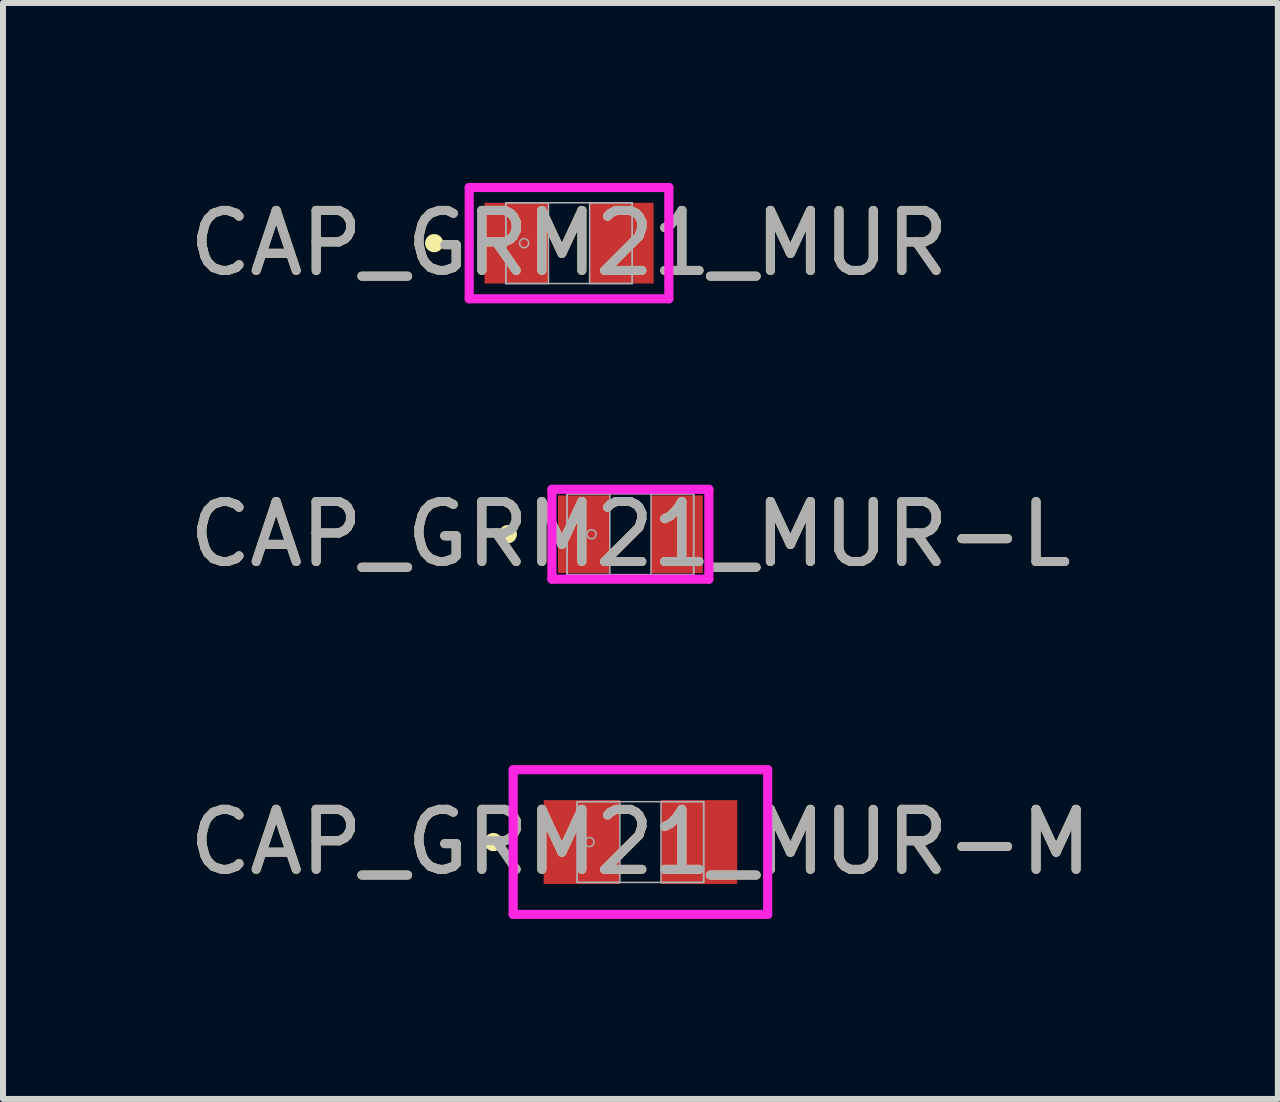
<source format=kicad_pcb>
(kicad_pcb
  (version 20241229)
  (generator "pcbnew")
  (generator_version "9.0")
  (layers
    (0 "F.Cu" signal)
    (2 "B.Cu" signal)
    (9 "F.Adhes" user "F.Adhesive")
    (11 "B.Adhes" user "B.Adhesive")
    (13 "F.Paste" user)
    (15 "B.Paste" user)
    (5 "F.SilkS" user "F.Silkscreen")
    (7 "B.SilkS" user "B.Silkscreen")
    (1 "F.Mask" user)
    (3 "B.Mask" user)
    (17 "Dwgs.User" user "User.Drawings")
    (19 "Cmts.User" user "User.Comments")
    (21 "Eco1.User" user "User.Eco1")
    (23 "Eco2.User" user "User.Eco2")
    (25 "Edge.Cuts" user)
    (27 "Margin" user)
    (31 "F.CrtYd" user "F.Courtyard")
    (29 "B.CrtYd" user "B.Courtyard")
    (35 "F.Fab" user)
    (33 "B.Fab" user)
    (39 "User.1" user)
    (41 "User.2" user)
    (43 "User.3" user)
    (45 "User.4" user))
  (footprint "CAP_GRM21_MUR-M"
    (layer "F.Cu")
    (at 7.625 10.986)
    (property "Reference" "CAP_GRM21_MUR-M" (at 0 0 0) (unlocked yes) (layer "F.SilkS") (effects (font (size 1 1) (thickness 0.15))))
    (attr smd)
    (fp_circle (center -2.451 0) (end -2.375 0) (stroke (width 0.152) (type solid)) (fill no) (layer "F.SilkS"))
    (fp_line (start -2.121 -1.206) (end 2.121 -1.206) (stroke (width 0.152) (type solid)) (layer "F.CrtYd"))
    (fp_line (start -2.121 1.206) (end -2.121 -1.206) (stroke (width 0.152) (type solid)) (layer "F.CrtYd"))
    (fp_line (start 2.121 -1.206) (end 2.121 1.206) (stroke (width 0.152) (type solid)) (layer "F.CrtYd"))
    (fp_line (start 2.121 1.206) (end -2.121 1.206) (stroke (width 0.152) (type solid)) (layer "F.CrtYd"))
    (fp_line (start -1.054 -0.673) (end -1.054 0.673) (stroke (width 0.025) (type solid)) (layer "F.Fab"))
    (fp_line (start -1.054 -0.673) (end -1.054 0.673) (stroke (width 0.025) (type solid)) (layer "F.Fab"))
    (fp_line (start -1.054 0.673) (end -0.343 0.673) (stroke (width 0.025) (type solid)) (layer "F.Fab"))
    (fp_line (start -1.054 0.673) (end 1.054 0.673) (stroke (width 0.025) (type solid)) (layer "F.Fab"))
    (fp_line (start -0.343 -0.673) (end -1.054 -0.673) (stroke (width 0.025) (type solid)) (layer "F.Fab"))
    (fp_line (start -0.343 0.673) (end -0.343 -0.673) (stroke (width 0.025) (type solid)) (layer "F.Fab"))
    (fp_line (start 0.343 -0.673) (end 0.343 0.673) (stroke (width 0.025) (type solid)) (layer "F.Fab"))
    (fp_line (start 0.343 0.673) (end 1.054 0.673) (stroke (width 0.025) (type solid)) (layer "F.Fab"))
    (fp_line (start 1.054 -0.673) (end -1.054 -0.673) (stroke (width 0.025) (type solid)) (layer "F.Fab"))
    (fp_line (start 1.054 -0.673) (end 0.343 -0.673) (stroke (width 0.025) (type solid)) (layer "F.Fab"))
    (fp_line (start 1.054 0.673) (end 1.054 -0.673) (stroke (width 0.025) (type solid)) (layer "F.Fab"))
    (fp_line (start 1.054 0.673) (end 1.054 -0.673) (stroke (width 0.025) (type solid)) (layer "F.Fab"))
    (fp_circle (center -0.851 0) (end -0.775 0) (stroke (width 0.025) (type solid)) (fill no) (layer "F.Fab"))
    (fp_text user "${REFERENCE}" (at 0 0 0) (unlocked yes) (layer "F.Fab") (effects (font (size 1 1) (thickness 0.15))))
    (pad "1" smd rect (at -0.978 0) (size 1.27 1.397) (layers "F.Cu" "F.Mask" "F.Paste"))
    (pad "2" smd rect (at 0.978 0) (size 1.27 1.397) (layers "F.Cu" "F.Mask" "F.Paste"))
    (zone (net_name "") (layer "F.Cu") (hatch full 0.508) (connect_pads) (min_thickness 0.254) (filled_areas_thickness no) (keepout (tracks not_allowed) (vias not_allowed) (pads allowed) (copperpour not_allowed) (footprints allowed)) (placement (enabled no)) (fill) (polygon (pts (xy 7.333 10.364) (xy 7.917 10.364) (xy 7.917 11.608) (xy 7.333 11.608)))))
  (footprint "CAP_GRM21_MUR"
    (layer "F.Cu")
    (at 6.435 1.003)
    (property "Reference" "CAP_GRM21_MUR" (at 0 0 0) (unlocked yes) (layer "F.SilkS") (effects (font (size 1 1) (thickness 0.15))))
    (attr smd)
    (fp_circle (center -2.248 0) (end -2.172 0) (stroke (width 0.152) (type solid)) (fill no) (layer "F.SilkS"))
    (fp_line (start -1.664 -0.927) (end 1.664 -0.927) (stroke (width 0.152) (type solid)) (layer "F.CrtYd"))
    (fp_line (start -1.664 0.927) (end -1.664 -0.927) (stroke (width 0.152) (type solid)) (layer "F.CrtYd"))
    (fp_line (start 1.664 -0.927) (end 1.664 0.927) (stroke (width 0.152) (type solid)) (layer "F.CrtYd"))
    (fp_line (start 1.664 0.927) (end -1.664 0.927) (stroke (width 0.152) (type solid)) (layer "F.CrtYd"))
    (fp_line (start -1.054 -0.673) (end -1.054 0.673) (stroke (width 0.025) (type solid)) (layer "F.Fab"))
    (fp_line (start -1.054 -0.673) (end -1.054 0.673) (stroke (width 0.025) (type solid)) (layer "F.Fab"))
    (fp_line (start -1.054 0.673) (end -0.343 0.673) (stroke (width 0.025) (type solid)) (layer "F.Fab"))
    (fp_line (start -1.054 0.673) (end 1.054 0.673) (stroke (width 0.025) (type solid)) (layer "F.Fab"))
    (fp_line (start -0.343 -0.673) (end -1.054 -0.673) (stroke (width 0.025) (type solid)) (layer "F.Fab"))
    (fp_line (start -0.343 0.673) (end -0.343 -0.673) (stroke (width 0.025) (type solid)) (layer "F.Fab"))
    (fp_line (start 0.343 -0.673) (end 0.343 0.673) (stroke (width 0.025) (type solid)) (layer "F.Fab"))
    (fp_line (start 0.343 0.673) (end 1.054 0.673) (stroke (width 0.025) (type solid)) (layer "F.Fab"))
    (fp_line (start 1.054 -0.673) (end -1.054 -0.673) (stroke (width 0.025) (type solid)) (layer "F.Fab"))
    (fp_line (start 1.054 -0.673) (end 0.343 -0.673) (stroke (width 0.025) (type solid)) (layer "F.Fab"))
    (fp_line (start 1.054 0.673) (end 1.054 -0.673) (stroke (width 0.025) (type solid)) (layer "F.Fab"))
    (fp_line (start 1.054 0.673) (end 1.054 -0.673) (stroke (width 0.025) (type solid)) (layer "F.Fab"))
    (fp_circle (center -0.749 0) (end -0.673 0) (stroke (width 0.025) (type solid)) (fill no) (layer "F.Fab"))
    (fp_text user "${REFERENCE}" (at 0 0 0) (unlocked yes) (layer "F.Fab") (effects (font (size 1 1) (thickness 0.15))))
    (pad "1" smd rect (at -0.876 0) (size 1.067 1.346) (layers "F.Cu" "F.Mask" "F.Paste"))
    (pad "2" smd rect (at 0.876 0) (size 1.067 1.346) (layers "F.Cu" "F.Mask" "F.Paste"))
    (zone (net_name "") (layer "F.Cu") (hatch full 0.508) (connect_pads) (min_thickness 0.254) (filled_areas_thickness no) (keepout (tracks not_allowed) (vias not_allowed) (pads allowed) (copperpour not_allowed) (footprints allowed)) (placement (enabled no)) (fill) (polygon (pts (xy 6.142 0.381) (xy 6.727 0.381) (xy 6.727 1.626) (xy 6.142 1.626)))))
  (footprint "CAP_GRM21_MUR-L"
    (layer "F.Cu")
    (at 7.458 5.855)
    (property "Reference" "CAP_GRM21_MUR-L" (at 0 0 0) (unlocked yes) (layer "F.SilkS") (effects (font (size 1 1) (thickness 0.15))))
    (attr smd)
    (fp_circle (center -2.045 0) (end -1.968 0) (stroke (width 0.152) (type solid)) (fill no) (layer "F.SilkS"))
    (fp_line (start -1.308 -0.749) (end 1.308 -0.749) (stroke (width 0.152) (type solid)) (layer "F.CrtYd"))
    (fp_line (start -1.308 0.749) (end -1.308 -0.749) (stroke (width 0.152) (type solid)) (layer "F.CrtYd"))
    (fp_line (start 1.308 -0.749) (end 1.308 0.749) (stroke (width 0.152) (type solid)) (layer "F.CrtYd"))
    (fp_line (start 1.308 0.749) (end -1.308 0.749) (stroke (width 0.152) (type solid)) (layer "F.CrtYd"))
    (fp_line (start -1.054 -0.673) (end -1.054 0.673) (stroke (width 0.025) (type solid)) (layer "F.Fab"))
    (fp_line (start -1.054 -0.673) (end -1.054 0.673) (stroke (width 0.025) (type solid)) (layer "F.Fab"))
    (fp_line (start -1.054 0.673) (end -0.343 0.673) (stroke (width 0.025) (type solid)) (layer "F.Fab"))
    (fp_line (start -1.054 0.673) (end 1.054 0.673) (stroke (width 0.025) (type solid)) (layer "F.Fab"))
    (fp_line (start -0.343 -0.673) (end -1.054 -0.673) (stroke (width 0.025) (type solid)) (layer "F.Fab"))
    (fp_line (start -0.343 0.673) (end -0.343 -0.673) (stroke (width 0.025) (type solid)) (layer "F.Fab"))
    (fp_line (start 0.343 -0.673) (end 0.343 0.673) (stroke (width 0.025) (type solid)) (layer "F.Fab"))
    (fp_line (start 0.343 0.673) (end 1.054 0.673) (stroke (width 0.025) (type solid)) (layer "F.Fab"))
    (fp_line (start 1.054 -0.673) (end -1.054 -0.673) (stroke (width 0.025) (type solid)) (layer "F.Fab"))
    (fp_line (start 1.054 -0.673) (end 0.343 -0.673) (stroke (width 0.025) (type solid)) (layer "F.Fab"))
    (fp_line (start 1.054 0.673) (end 1.054 -0.673) (stroke (width 0.025) (type solid)) (layer "F.Fab"))
    (fp_line (start 1.054 0.673) (end 1.054 -0.673) (stroke (width 0.025) (type solid)) (layer "F.Fab"))
    (fp_circle (center -0.648 0) (end -0.572 0) (stroke (width 0.025) (type solid)) (fill no) (layer "F.Fab"))
    (fp_text user "${REFERENCE}" (at 0 0 0) (unlocked yes) (layer "F.Fab") (effects (font (size 1 1) (thickness 0.15))))
    (pad "1" smd rect (at -0.775 0) (size 0.864 1.295) (layers "F.Cu" "F.Mask" "F.Paste"))
    (pad "2" smd rect (at 0.775 0) (size 0.864 1.295) (layers "F.Cu" "F.Mask" "F.Paste"))
    (zone (net_name "") (layer "F.Cu") (hatch full 0.508) (connect_pads) (min_thickness 0.254) (filled_areas_thickness no) (keepout (tracks not_allowed) (vias not_allowed) (pads allowed) (copperpour not_allowed) (footprints allowed)) (placement (enabled no)) (fill) (polygon (pts (xy 7.166 5.233) (xy 7.75 5.233) (xy 7.75 6.477) (xy 7.166 6.477)))))
  (gr_rect
    (start -3 -3)
    (end 18.25 15.268)
    (stroke (width 0.1) (type default))
    (fill no)
    (layer "Edge.Cuts")))
</source>
